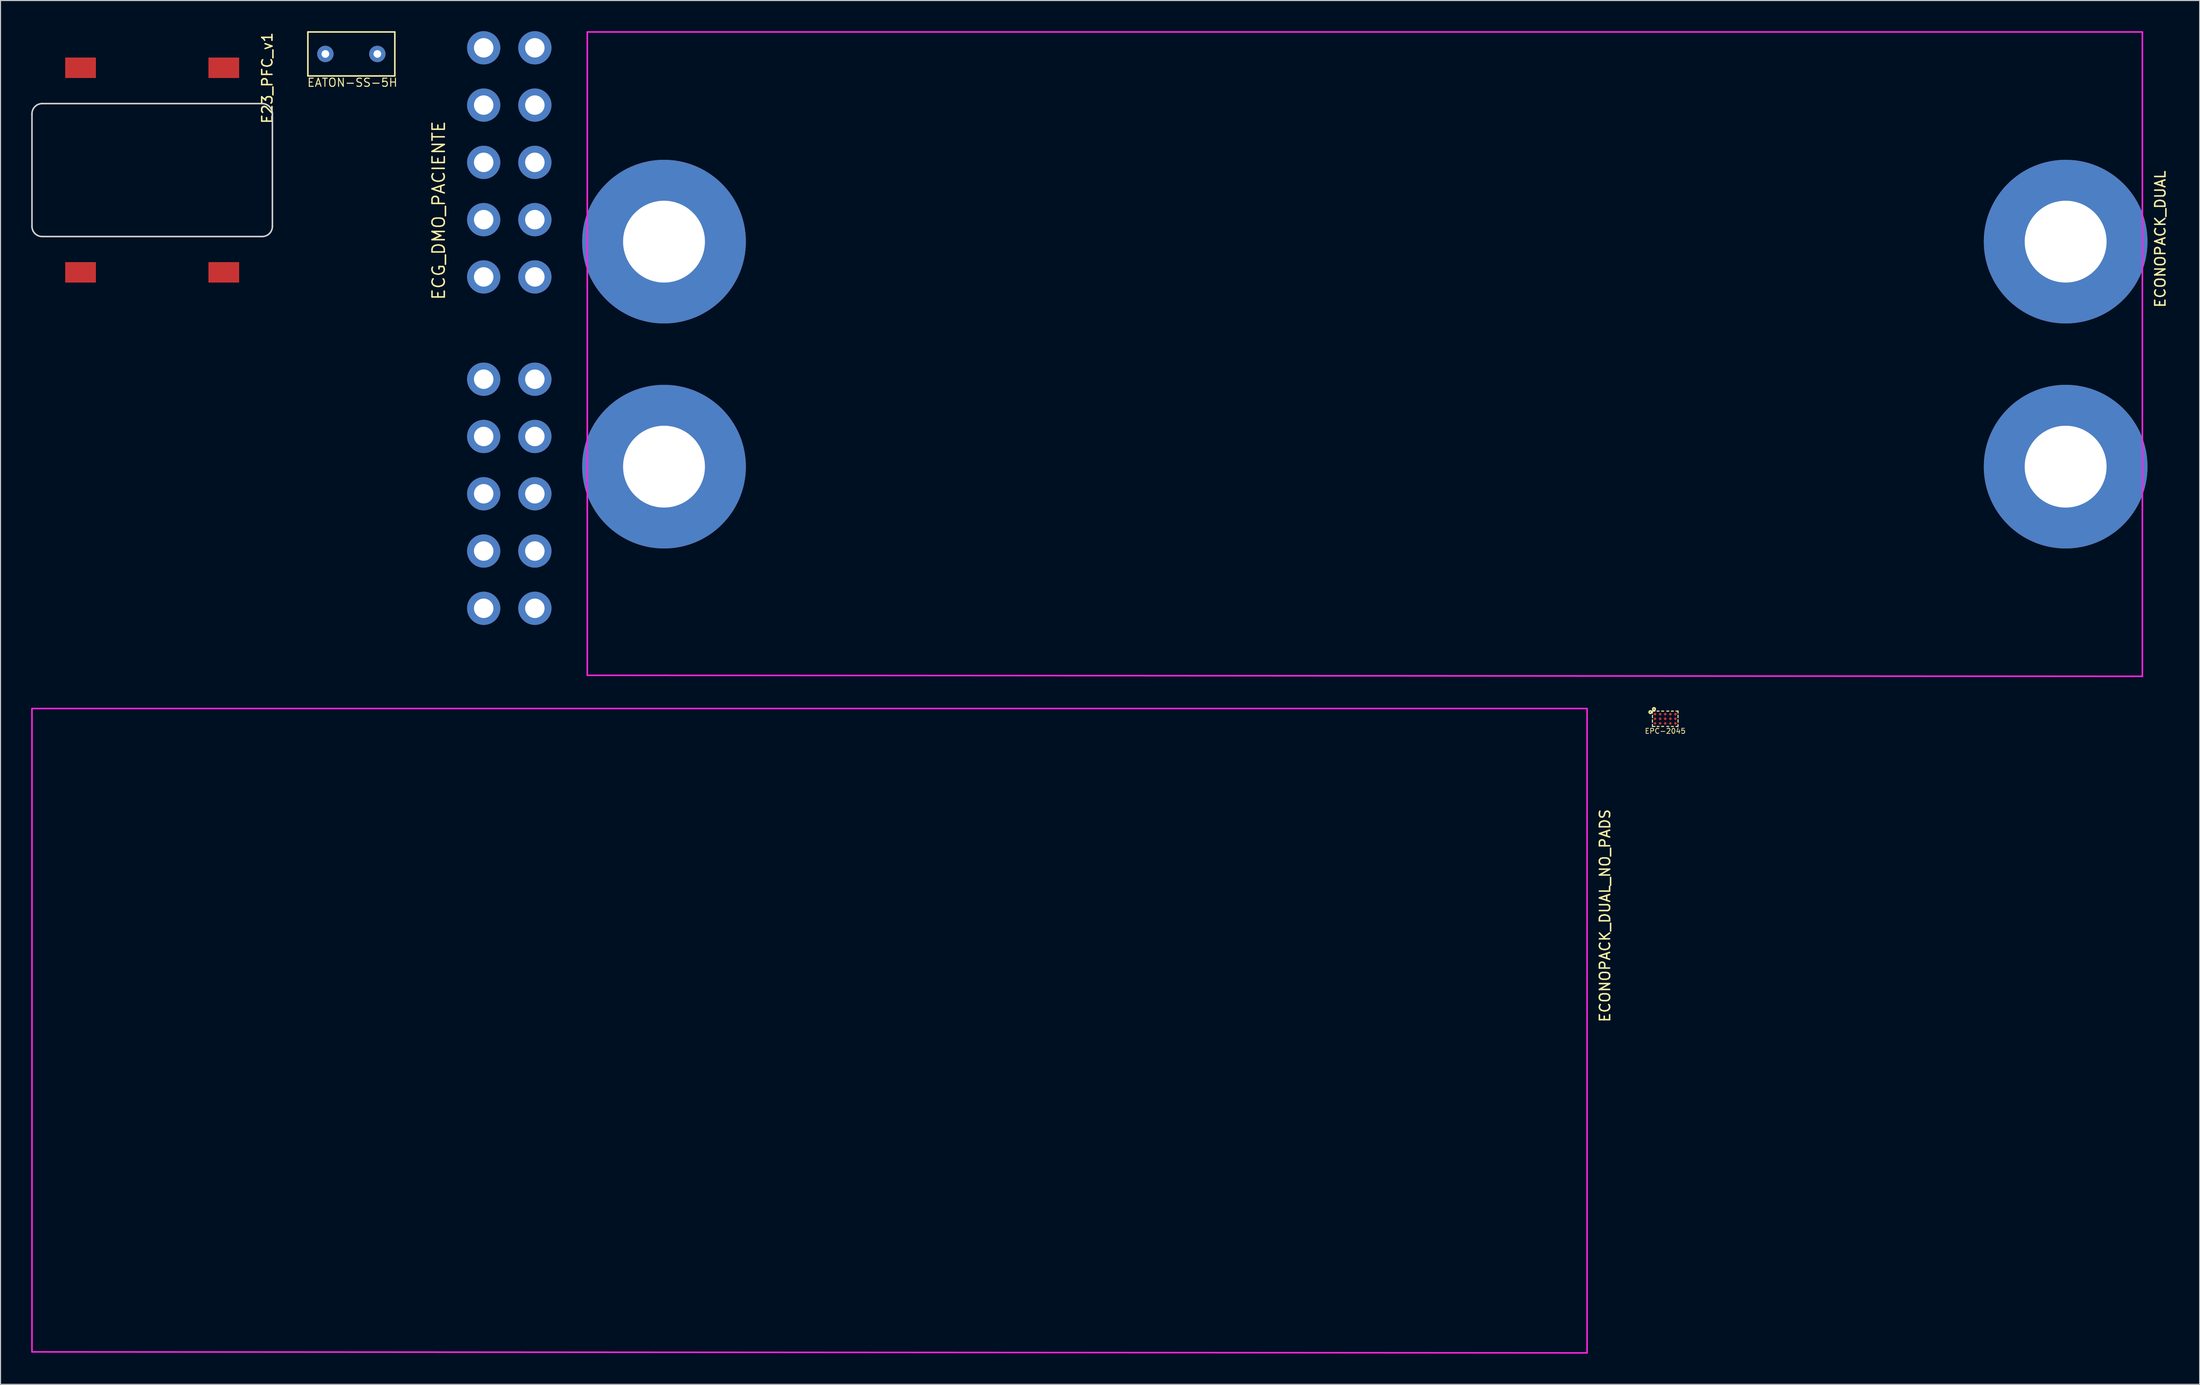
<source format=kicad_pcb>
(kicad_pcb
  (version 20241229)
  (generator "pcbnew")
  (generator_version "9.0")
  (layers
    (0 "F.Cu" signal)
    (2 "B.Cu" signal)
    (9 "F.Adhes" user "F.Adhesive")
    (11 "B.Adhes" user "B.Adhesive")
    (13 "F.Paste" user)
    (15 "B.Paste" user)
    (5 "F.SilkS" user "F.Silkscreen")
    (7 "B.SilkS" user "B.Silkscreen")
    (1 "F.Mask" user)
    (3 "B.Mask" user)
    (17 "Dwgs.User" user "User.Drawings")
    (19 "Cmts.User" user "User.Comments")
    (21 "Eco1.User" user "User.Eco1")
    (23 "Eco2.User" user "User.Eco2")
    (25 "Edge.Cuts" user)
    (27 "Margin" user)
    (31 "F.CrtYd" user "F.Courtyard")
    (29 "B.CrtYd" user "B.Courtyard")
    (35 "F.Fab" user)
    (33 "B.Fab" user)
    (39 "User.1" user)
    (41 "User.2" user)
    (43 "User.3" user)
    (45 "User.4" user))
  (footprint "EATON-SS-5H"
    (layer "F.Cu")
    (at 31.293 2.225)
    (property "Reference" "EATON-SS-5H" (at 0.1 2.8 0) (layer "F.SilkS") (effects (font (size 0.8 0.8) (thickness 0.1))))
    (attr through_hole)
    (fp_line (start -4.25 -2.15) (end 4.25 -2.15) (stroke (width 0.15) (type solid)) (layer "F.SilkS"))
    (fp_line (start -4.25 2.15) (end -4.25 -2.15) (stroke (width 0.15) (type solid)) (layer "F.SilkS"))
    (fp_line (start -4.25 2.15) (end 4.25 2.15) (stroke (width 0.15) (type solid)) (layer "F.SilkS"))
    (fp_line (start 4.25 -2.15) (end 4.25 2.15) (stroke (width 0.15) (type solid)) (layer "F.SilkS"))
    (pad "1" thru_hole circle (at -2.54 0) (size 1.6 1.6) (drill 0.75) (layers "*.Cu" "*.Mask"))
    (pad "2" thru_hole circle (at 2.54 0) (size 1.6 1.6) (drill 0.75) (layers "*.Cu" "*.Mask")))
  (footprint "ECG_DMO_PACIENTE"
    (layer "F.Cu")
    (at 46.728 29.025)
    (property "Reference" "ECG_DMO_PACIENTE" (at -6.9 -11.5 90) (layer "F.SilkS") (effects (font (size 1.2 1.2) (thickness 0.15))))
    (attr through_hole)
    (pad "1" thru_hole circle (at -2.5 -27.4) (size 3.25 3.25) (drill 1.9) (layers "*.Cu" "*.Mask"))
    (pad "2" thru_hole circle (at 2.5 -27.4) (size 3.25 3.25) (drill 1.9) (layers "*.Cu" "*.Mask"))
    (pad "3" thru_hole circle (at -2.5 -21.8) (size 3.25 3.25) (drill 1.9) (layers "*.Cu" "*.Mask"))
    (pad "4" thru_hole circle (at 2.5 -21.8) (size 3.25 3.25) (drill 1.9) (layers "*.Cu" "*.Mask"))
    (pad "5" thru_hole circle (at -2.5 -16.2) (size 3.25 3.25) (drill 1.9) (layers "*.Cu" "*.Mask"))
    (pad "6" thru_hole circle (at 2.5 -16.2) (size 3.25 3.25) (drill 1.9) (layers "*.Cu" "*.Mask"))
    (pad "7" thru_hole circle (at -2.5 -10.6) (size 3.25 3.25) (drill 1.9) (layers "*.Cu" "*.Mask"))
    (pad "8" thru_hole circle (at 2.5 -10.6) (size 3.25 3.25) (drill 1.9) (layers "*.Cu" "*.Mask"))
    (pad "9" thru_hole circle (at -2.5 -5) (size 3.25 3.25) (drill 1.9) (layers "*.Cu" "*.Mask"))
    (pad "10" thru_hole circle (at 2.5 -5) (size 3.25 3.25) (drill 1.9) (layers "*.Cu" "*.Mask"))
    (pad "11" thru_hole circle (at -2.5 5) (size 3.25 3.25) (drill 1.9) (layers "*.Cu" "*.Mask"))
    (pad "12" thru_hole circle (at 2.5 5) (size 3.25 3.25) (drill 1.9) (layers "*.Cu" "*.Mask"))
    (pad "13" thru_hole circle (at -2.5 10.6) (size 3.25 3.25) (drill 1.9) (layers "*.Cu" "*.Mask"))
    (pad "14" thru_hole circle (at 2.5 10.6) (size 3.25 3.25) (drill 1.9) (layers "*.Cu" "*.Mask"))
    (pad "15" thru_hole circle (at -2.5 16.2) (size 3.25 3.25) (drill 1.9) (layers "*.Cu" "*.Mask"))
    (pad "16" thru_hole circle (at 2.5 16.2) (size 3.25 3.25) (drill 1.9) (layers "*.Cu" "*.Mask"))
    (pad "17" thru_hole circle (at -2.5 21.8) (size 3.25 3.25) (drill 1.9) (layers "*.Cu" "*.Mask"))
    (pad "18" thru_hole circle (at 2.5 21.8) (size 3.25 3.25) (drill 1.9) (layers "*.Cu" "*.Mask"))
    (pad "19" thru_hole circle (at -2.5 27.4) (size 3.25 3.25) (drill 1.9) (layers "*.Cu" "*.Mask"))
    (pad "20" thru_hole circle (at 2.5 27.4) (size 3.25 3.25) (drill 1.9) (layers "*.Cu" "*.Mask")))
  (footprint "ECONOPACK_DUAL"
    (layer "F.Cu")
    (at 130.353 31.575)
    (property "Reference" "ECONOPACK_DUAL" (at 77.75 -11.25 90) (layer "F.SilkS") (effects (font (size 1 1) (thickness 0.15))))
    (attr exclude_from_pos_files exclude_from_bom)
    (fp_line (start -76 -31.5) (end 76 -31.5) (stroke (width 0.15) (type solid)) (layer "F.CrtYd"))
    (fp_line (start -76 31.4) (end -76 -31.5) (stroke (width 0.15) (type solid)) (layer "F.CrtYd"))
    (fp_line (start 76 -31.5) (end 76 31.5) (stroke (width 0.15) (type solid)) (layer "F.CrtYd"))
    (fp_line (start 76 31.5) (end -76 31.4) (stroke (width 0.15) (type solid)) (layer "F.CrtYd"))
    (pad "3" thru_hole circle (at 68.5 11) (size 16 16) (drill 8) (layers "*.Cu" "*.Mask"))
    (pad "4" thru_hole circle (at 68.5 -11) (size 16 16) (drill 8) (layers "*.Cu" "*.Mask"))
    (pad "10" thru_hole circle (at -68.5 -11) (size 16 16) (drill 8) (layers "*.Cu" "*.Mask"))
    (pad "11" thru_hole circle (at -68.5 11) (size 16 16) (drill 8) (layers "*.Cu" "*.Mask")))
  (footprint "ECONOPACK_DUAL_NO_PADS"
    (layer "F.Cu")
    (at 76.075 97.725)
    (property "Reference" "ECONOPACK_DUAL_NO_PADS" (at 77.75 -11.25 90) (layer "F.SilkS") (effects (font (size 1 1) (thickness 0.15))))
    (attr exclude_from_pos_files exclude_from_bom)
    (fp_line (start -76 -31.5) (end 76 -31.5) (stroke (width 0.15) (type solid)) (layer "F.CrtYd"))
    (fp_line (start -76 31.4) (end -76 -31.5) (stroke (width 0.15) (type solid)) (layer "F.CrtYd"))
    (fp_line (start 76 -31.5) (end 76 31.5) (stroke (width 0.15) (type solid)) (layer "F.CrtYd"))
    (fp_line (start 76 31.5) (end -76 31.4) (stroke (width 0.15) (type solid)) (layer "F.CrtYd")))
  (footprint "E23_PFC_v1"
    (layer "F.Cu")
    (at 11.825 13.577)
    (property "Reference" "E23_PFC_v1" (at 11.25 -9 90) (layer "F.SilkS") (effects (font (size 1 1) (thickness 0.15))))
    (attr smd)
    (fp_line (start -11.75 5.5) (end -11.75 -5.5) (stroke (width 0.15) (type solid)) (layer "Edge.Cuts"))
    (fp_line (start -10.75 -6.5) (end 10.75 -6.5) (stroke (width 0.15) (type solid)) (layer "Edge.Cuts"))
    (fp_line (start 10.75 6.5) (end -10.75 6.5) (stroke (width 0.15) (type solid)) (layer "Edge.Cuts"))
    (fp_line (start 11.75 -5.5) (end 11.75 5.5) (stroke (width 0.15) (type solid)) (layer "Edge.Cuts"))
    (fp_arc (start -11.75 -5.5) (mid -11.457107 -6.207107) (end -10.75 -6.5) (stroke (width 0.15) (type solid)) (layer "Edge.Cuts"))
    (fp_arc (start -10.75 6.5) (mid -11.457107 6.207107) (end -11.75 5.5) (stroke (width 0.15) (type solid)) (layer "Edge.Cuts"))
    (fp_arc (start 10.75 -6.5) (mid 11.457107 -6.207107) (end 11.75 -5.5) (stroke (width 0.15) (type solid)) (layer "Edge.Cuts"))
    (fp_arc (start 11.75 5.5) (mid 11.457107 6.207107) (end 10.75 6.5) (stroke (width 0.15) (type solid)) (layer "Edge.Cuts"))
    (pad "1" smd rect (at -7 -10) (size 3 2) (layers "F.Cu" "F.Mask" "F.Paste"))
    (pad "2" smd rect (at 7 -10) (size 3 2) (layers "F.Cu" "F.Mask" "F.Paste"))
    (pad "3" smd rect (at 7 10) (size 3 2) (layers "F.Cu" "F.Mask" "F.Paste"))
    (pad "4" smd rect (at -7 10) (size 3 2) (layers "F.Cu" "F.Mask" "F.Paste")))
  (footprint "EPC-2045"
    (layer "F.Cu")
    (at 159.716 67.225)
    (property "Reference" "EPC-2045" (at 0 1.2 0) (layer "F.SilkS") (effects (font (size 0.5 0.5) (thickness 0.07))))
    (attr through_hole)
    (fp_line (start -1.25 -0.55) (end -1.25 -0.75) (stroke (width 0.1) (type solid)) (layer "F.SilkS"))
    (fp_line (start -1.25 -0.1) (end -1.25 -0.35) (stroke (width 0.1) (type solid)) (layer "F.SilkS"))
    (fp_line (start -1.25 0.1) (end -1.25 0.35) (stroke (width 0.1) (type solid)) (layer "F.SilkS"))
    (fp_line (start -1.25 0.75) (end -1.25 0.55) (stroke (width 0.1) (type solid)) (layer "F.SilkS"))
    (fp_line (start -1 -0.75) (end -1.25 -0.75) (stroke (width 0.1) (type solid)) (layer "F.SilkS"))
    (fp_line (start -1 0.75) (end -1.25 0.75) (stroke (width 0.1) (type solid)) (layer "F.SilkS"))
    (fp_line (start -0.6 -0.75) (end -0.8 -0.75) (stroke (width 0.1) (type solid)) (layer "F.SilkS"))
    (fp_line (start -0.6 0.75) (end -0.8 0.75) (stroke (width 0.1) (type solid)) (layer "F.SilkS"))
    (fp_line (start -0.35 -0.75) (end -0.15 -0.75) (stroke (width 0.1) (type solid)) (layer "F.SilkS"))
    (fp_line (start -0.35 0.75) (end -0.15 0.75) (stroke (width 0.1) (type solid)) (layer "F.SilkS"))
    (fp_line (start 0.15 -0.75) (end 0.35 -0.75) (stroke (width 0.1) (type solid)) (layer "F.SilkS"))
    (fp_line (start 0.15 0.75) (end 0.35 0.75) (stroke (width 0.1) (type solid)) (layer "F.SilkS"))
    (fp_line (start 0.6 -0.75) (end 0.8 -0.75) (stroke (width 0.1) (type solid)) (layer "F.SilkS"))
    (fp_line (start 0.6 0.75) (end 0.8 0.75) (stroke (width 0.1) (type solid)) (layer "F.SilkS"))
    (fp_line (start 1.05 -0.75) (end 1.25 -0.75) (stroke (width 0.1) (type solid)) (layer "F.SilkS"))
    (fp_line (start 1.05 0.75) (end 1.25 0.75) (stroke (width 0.1) (type solid)) (layer "F.SilkS"))
    (fp_line (start 1.25 -0.55) (end 1.25 -0.75) (stroke (width 0.1) (type solid)) (layer "F.SilkS"))
    (fp_line (start 1.25 -0.1) (end 1.25 -0.35) (stroke (width 0.1) (type solid)) (layer "F.SilkS"))
    (fp_line (start 1.25 0.1) (end 1.25 0.35) (stroke (width 0.1) (type solid)) (layer "F.SilkS"))
    (fp_line (start 1.25 0.75) (end 1.25 0.55) (stroke (width 0.1) (type solid)) (layer "F.SilkS"))
    (fp_circle (center -1.45 -0.65) (end -1.4 -0.65) (stroke (width 0.15) (type solid)) (fill no) (layer "F.SilkS"))
    (fp_circle (center -1.1 -0.95) (end -1.05 -0.95) (stroke (width 0.15) (type solid)) (fill no) (layer "F.SilkS"))
    (fp_poly (pts (xy -0.9 -0.375) (xy -1.1 -0.375) (xy -1.1 -0.525) (xy -0.9 -0.525)) (stroke (width 0.1) (type solid)) (fill yes) (layer "F.Paste"))
    (fp_poly (pts (xy -0.9 0.075) (xy -1.1 0.075) (xy -1.1 -0.075) (xy -0.9 -0.075)) (stroke (width 0.1) (type solid)) (fill yes) (layer "F.Paste"))
    (fp_poly (pts (xy -0.9 0.525) (xy -1.1 0.525) (xy -1.1 0.375) (xy -0.9 0.375)) (stroke (width 0.1) (type solid)) (fill yes) (layer "F.Paste"))
    (fp_poly (pts (xy -0.4 -0.375) (xy -0.6 -0.375) (xy -0.6 -0.525) (xy -0.4 -0.525)) (stroke (width 0.1) (type solid)) (fill yes) (layer "F.Paste"))
    (fp_poly (pts (xy -0.4 0.075) (xy -0.6 0.075) (xy -0.6 -0.075) (xy -0.4 -0.075)) (stroke (width 0.1) (type solid)) (fill yes) (layer "F.Paste"))
    (fp_poly (pts (xy -0.4 0.525) (xy -0.6 0.525) (xy -0.6 0.375) (xy -0.4 0.375)) (stroke (width 0.1) (type solid)) (fill yes) (layer "F.Paste"))
    (fp_poly (pts (xy 0.1 -0.375) (xy -0.1 -0.375) (xy -0.1 -0.525) (xy 0.1 -0.525)) (stroke (width 0.1) (type solid)) (fill yes) (layer "F.Paste"))
    (fp_poly (pts (xy 0.1 0.075) (xy -0.1 0.075) (xy -0.1 -0.075) (xy 0.1 -0.075)) (stroke (width 0.1) (type solid)) (fill yes) (layer "F.Paste"))
    (fp_poly (pts (xy 0.1 0.525) (xy -0.1 0.525) (xy -0.1 0.375) (xy 0.1 0.375)) (stroke (width 0.1) (type solid)) (fill yes) (layer "F.Paste"))
    (fp_poly (pts (xy 0.6 -0.375) (xy 0.4 -0.375) (xy 0.4 -0.525) (xy 0.6 -0.525)) (stroke (width 0.1) (type solid)) (fill yes) (layer "F.Paste"))
    (fp_poly (pts (xy 0.6 0.075) (xy 0.4 0.075) (xy 0.4 -0.075) (xy 0.6 -0.075)) (stroke (width 0.1) (type solid)) (fill yes) (layer "F.Paste"))
    (fp_poly (pts (xy 0.6 0.525) (xy 0.4 0.525) (xy 0.4 0.375) (xy 0.6 0.375)) (stroke (width 0.1) (type solid)) (fill yes) (layer "F.Paste"))
    (fp_poly (pts (xy 1.1 -0.375) (xy 0.9 -0.375) (xy 0.9 -0.525) (xy 1.1 -0.525)) (stroke (width 0.1) (type solid)) (fill yes) (layer "F.Paste"))
    (fp_poly (pts (xy 1.1 0.075) (xy 0.9 0.075) (xy 0.9 -0.075) (xy 1.1 -0.075)) (stroke (width 0.1) (type solid)) (fill yes) (layer "F.Paste"))
    (fp_poly (pts (xy 1.1 0.525) (xy 0.9 0.525) (xy 0.9 0.375) (xy 1.1 0.375)) (stroke (width 0.1) (type solid)) (fill yes) (layer "F.Paste"))
    (pad "1" smd circle (at -1 -0.45) (size 0.25 0.25) (layers "F.Cu" "F.Mask"))
    (pad "2" smd circle (at -1 0) (size 0.25 0.25) (layers "F.Cu" "F.Mask"))
    (pad "3" smd circle (at -1 0.45) (size 0.25 0.25) (layers "F.Cu" "F.Mask"))
    (pad "4" smd circle (at -0.5 -0.45) (size 0.25 0.25) (layers "F.Cu" "F.Mask"))
    (pad "5" smd circle (at -0.5 0) (size 0.25 0.25) (layers "F.Cu" "F.Mask"))
    (pad "6" smd circle (at -0.5 0.45) (size 0.25 0.25) (layers "F.Cu" "F.Mask"))
    (pad "7" smd circle (at 0 -0.45) (size 0.25 0.25) (layers "F.Cu" "F.Mask"))
    (pad "8" smd circle (at 0 0) (size 0.25 0.25) (layers "F.Cu" "F.Mask"))
    (pad "9" smd circle (at 0 0.45) (size 0.25 0.25) (layers "F.Cu" "F.Mask"))
    (pad "10" smd circle (at 0.5 -0.45) (size 0.25 0.25) (layers "F.Cu" "F.Mask"))
    (pad "11" smd circle (at 0.5 0) (size 0.25 0.25) (layers "F.Cu" "F.Mask"))
    (pad "12" smd circle (at 0.5 0.45) (size 0.25 0.25) (layers "F.Cu" "F.Mask"))
    (pad "13" smd circle (at 1 -0.45) (size 0.25 0.25) (layers "F.Cu" "F.Mask"))
    (pad "14" smd circle (at 1 0) (size 0.25 0.25) (layers "F.Cu" "F.Mask"))
    (pad "15" smd circle (at 1 0.45) (size 0.25 0.25) (layers "F.Cu" "F.Mask")))
  (gr_rect
    (start -3 -3)
    (end 211.952 132.3)
    (stroke (width 0.1) (type default))
    (fill no)
    (layer "Edge.Cuts")))
</source>
